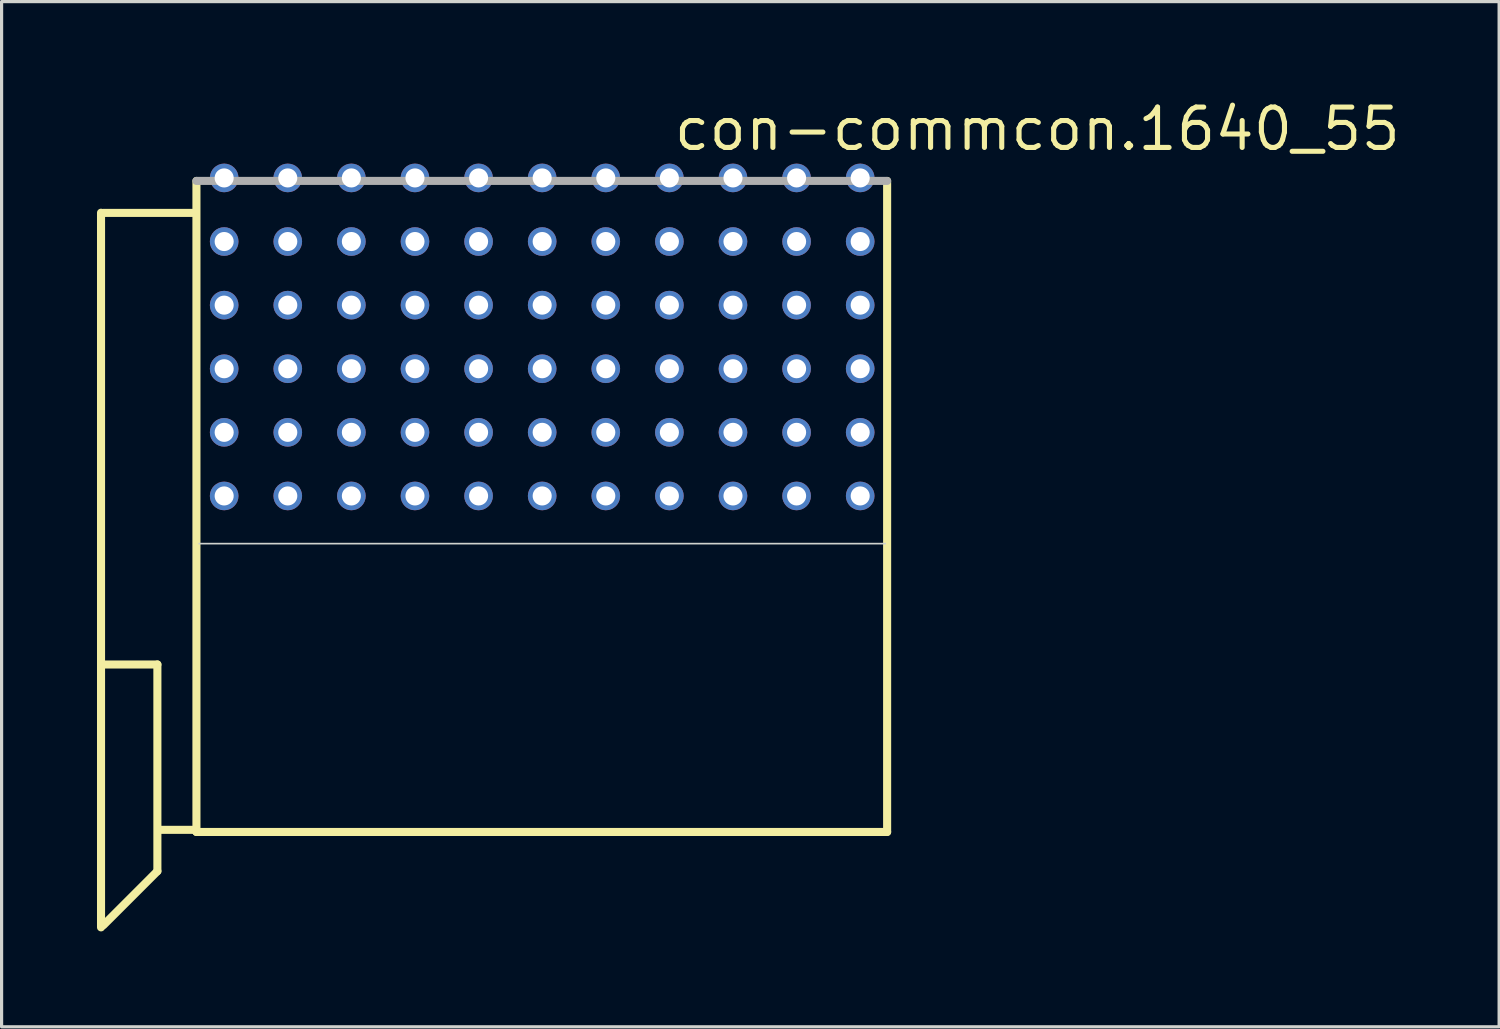
<source format=kicad_pcb>
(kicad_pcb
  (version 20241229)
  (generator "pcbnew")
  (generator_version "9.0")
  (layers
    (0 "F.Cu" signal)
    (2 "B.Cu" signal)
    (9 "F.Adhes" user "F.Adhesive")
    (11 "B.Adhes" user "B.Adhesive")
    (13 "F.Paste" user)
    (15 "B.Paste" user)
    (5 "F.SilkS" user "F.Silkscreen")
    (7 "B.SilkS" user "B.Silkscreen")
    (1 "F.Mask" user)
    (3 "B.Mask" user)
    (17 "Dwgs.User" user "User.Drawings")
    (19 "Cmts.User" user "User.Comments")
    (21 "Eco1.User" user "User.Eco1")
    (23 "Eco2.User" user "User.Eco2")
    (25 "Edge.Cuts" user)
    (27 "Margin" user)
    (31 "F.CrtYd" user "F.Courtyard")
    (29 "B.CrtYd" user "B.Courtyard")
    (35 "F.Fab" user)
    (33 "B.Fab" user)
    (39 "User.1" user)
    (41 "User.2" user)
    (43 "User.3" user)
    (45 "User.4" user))
  (footprint "con-commcon.1640_55"
    (layer "F.Cu")
    (at 13.999 13.815)
    (property "Reference" "con-commcon.1640_55" (at 4.065 -12.065 0) (layer "F.SilkS") (effects (font (size 1.27 1.27) (thickness 0.16)) (justify left bottom)))
    (attr through_hole)
    (fp_line (start -13.872 -10.176) (end -13.872 12.296) (stroke (width 0.254) (type default)) (layer "F.SilkS"))
    (fp_line (start -13.8 -10.17) (end -11 -10.17) (stroke (width 0.254) (type default)) (layer "F.SilkS"))
    (fp_line (start -13.8 12.23) (end -12.1 10.53) (stroke (width 0.254) (type default)) (layer "F.SilkS"))
    (fp_line (start -12.1 4.03) (end -13.8 4.03) (stroke (width 0.254) (type default)) (layer "F.SilkS"))
    (fp_line (start -12.1 10.53) (end -12.1 4.03) (stroke (width 0.254) (type default)) (layer "F.SilkS"))
    (fp_line (start -10.9 9.23) (end -12 9.23) (stroke (width 0.254) (type default)) (layer "F.SilkS"))
    (fp_line (start -10.872 -11.176) (end -10.872 9.296) (stroke (width 0.254) (type default)) (layer "F.SilkS"))
    (fp_line (start -10.872 9.296) (end 10.847 9.296) (stroke (width 0.254) (type default)) (layer "F.SilkS"))
    (fp_line (start 10.847 9.296) (end 10.847 -11.176) (stroke (width 0.254) (type default)) (layer "F.SilkS"))
    (fp_line (start -10.789 0.23) (end 10.789 0.23) (stroke (width 0.051) (type default)) (layer "Edge.Cuts"))
    (fp_line (start 10.847 -11.176) (end -10.872 -11.176) (stroke (width 0.254) (type default)) (layer "F.Fab"))
    (pad "A1" thru_hole circle (at 10 -1.27) (size 0.9 0.9) (drill 0.6) (layers "*.Cu" "*.Mask"))
    (pad "A2" thru_hole circle (at 8 -1.27) (size 0.9 0.9) (drill 0.6) (layers "*.Cu" "*.Mask"))
    (pad "A3" thru_hole circle (at 6 -1.27) (size 0.9 0.9) (drill 0.6) (layers "*.Cu" "*.Mask"))
    (pad "A4" thru_hole circle (at 4 -1.27) (size 0.9 0.9) (drill 0.6) (layers "*.Cu" "*.Mask"))
    (pad "A5" thru_hole circle (at 2 -1.27) (size 0.9 0.9) (drill 0.6) (layers "*.Cu" "*.Mask"))
    (pad "A6" thru_hole circle (at 0 -1.27) (size 0.9 0.9) (drill 0.6) (layers "*.Cu" "*.Mask"))
    (pad "A7" thru_hole circle (at -2 -1.27) (size 0.9 0.9) (drill 0.6) (layers "*.Cu" "*.Mask"))
    (pad "A8" thru_hole circle (at -4 -1.27) (size 0.9 0.9) (drill 0.6) (layers "*.Cu" "*.Mask"))
    (pad "A9" thru_hole circle (at -6 -1.27) (size 0.9 0.9) (drill 0.6) (layers "*.Cu" "*.Mask"))
    (pad "A10" thru_hole circle (at -8 -1.27) (size 0.9 0.9) (drill 0.6) (layers "*.Cu" "*.Mask"))
    (pad "A11" thru_hole circle (at -10 -1.27) (size 0.9 0.9) (drill 0.6) (layers "*.Cu" "*.Mask"))
    (pad "B1" thru_hole circle (at 10 -3.27) (size 0.9 0.9) (drill 0.6) (layers "*.Cu" "*.Mask"))
    (pad "B2" thru_hole circle (at 8 -3.27) (size 0.9 0.9) (drill 0.6) (layers "*.Cu" "*.Mask"))
    (pad "B3" thru_hole circle (at 6 -3.27) (size 0.9 0.9) (drill 0.6) (layers "*.Cu" "*.Mask"))
    (pad "B4" thru_hole circle (at 4 -3.27) (size 0.9 0.9) (drill 0.6) (layers "*.Cu" "*.Mask"))
    (pad "B5" thru_hole circle (at 2 -3.27) (size 0.9 0.9) (drill 0.6) (layers "*.Cu" "*.Mask"))
    (pad "B6" thru_hole circle (at 0 -3.27) (size 0.9 0.9) (drill 0.6) (layers "*.Cu" "*.Mask"))
    (pad "B7" thru_hole circle (at -2 -3.27) (size 0.9 0.9) (drill 0.6) (layers "*.Cu" "*.Mask"))
    (pad "B8" thru_hole circle (at -4 -3.27) (size 0.9 0.9) (drill 0.6) (layers "*.Cu" "*.Mask"))
    (pad "B9" thru_hole circle (at -6 -3.27) (size 0.9 0.9) (drill 0.6) (layers "*.Cu" "*.Mask"))
    (pad "B10" thru_hole circle (at -8 -3.27) (size 0.9 0.9) (drill 0.6) (layers "*.Cu" "*.Mask"))
    (pad "B11" thru_hole circle (at -10 -3.27) (size 0.9 0.9) (drill 0.6) (layers "*.Cu" "*.Mask"))
    (pad "C1" thru_hole circle (at 10 -5.27) (size 0.9 0.9) (drill 0.6) (layers "*.Cu" "*.Mask"))
    (pad "C2" thru_hole circle (at 8 -5.27) (size 0.9 0.9) (drill 0.6) (layers "*.Cu" "*.Mask"))
    (pad "C3" thru_hole circle (at 6 -5.27) (size 0.9 0.9) (drill 0.6) (layers "*.Cu" "*.Mask"))
    (pad "C4" thru_hole circle (at 4 -5.27) (size 0.9 0.9) (drill 0.6) (layers "*.Cu" "*.Mask"))
    (pad "C5" thru_hole circle (at 2 -5.27) (size 0.9 0.9) (drill 0.6) (layers "*.Cu" "*.Mask"))
    (pad "C6" thru_hole circle (at 0 -5.27) (size 0.9 0.9) (drill 0.6) (layers "*.Cu" "*.Mask"))
    (pad "C7" thru_hole circle (at -2 -5.27) (size 0.9 0.9) (drill 0.6) (layers "*.Cu" "*.Mask"))
    (pad "C8" thru_hole circle (at -4 -5.27) (size 0.9 0.9) (drill 0.6) (layers "*.Cu" "*.Mask"))
    (pad "C9" thru_hole circle (at -6 -5.27) (size 0.9 0.9) (drill 0.6) (layers "*.Cu" "*.Mask"))
    (pad "C10" thru_hole circle (at -8 -5.27) (size 0.9 0.9) (drill 0.6) (layers "*.Cu" "*.Mask"))
    (pad "C11" thru_hole circle (at -10 -5.27) (size 0.9 0.9) (drill 0.6) (layers "*.Cu" "*.Mask"))
    (pad "D1" thru_hole circle (at 10 -7.27) (size 0.9 0.9) (drill 0.6) (layers "*.Cu" "*.Mask"))
    (pad "D2" thru_hole circle (at 8 -7.27) (size 0.9 0.9) (drill 0.6) (layers "*.Cu" "*.Mask"))
    (pad "D3" thru_hole circle (at 6 -7.27) (size 0.9 0.9) (drill 0.6) (layers "*.Cu" "*.Mask"))
    (pad "D4" thru_hole circle (at 4 -7.27) (size 0.9 0.9) (drill 0.6) (layers "*.Cu" "*.Mask"))
    (pad "D5" thru_hole circle (at 2 -7.27) (size 0.9 0.9) (drill 0.6) (layers "*.Cu" "*.Mask"))
    (pad "D6" thru_hole circle (at 0 -7.27) (size 0.9 0.9) (drill 0.6) (layers "*.Cu" "*.Mask"))
    (pad "D7" thru_hole circle (at -2 -7.27) (size 0.9 0.9) (drill 0.6) (layers "*.Cu" "*.Mask"))
    (pad "D8" thru_hole circle (at -4 -7.27) (size 0.9 0.9) (drill 0.6) (layers "*.Cu" "*.Mask"))
    (pad "D9" thru_hole circle (at -6 -7.27) (size 0.9 0.9) (drill 0.6) (layers "*.Cu" "*.Mask"))
    (pad "D10" thru_hole circle (at -8 -7.27) (size 0.9 0.9) (drill 0.6) (layers "*.Cu" "*.Mask"))
    (pad "D11" thru_hole circle (at -10 -7.27) (size 0.9 0.9) (drill 0.6) (layers "*.Cu" "*.Mask"))
    (pad "E1" thru_hole circle (at 10 -9.27) (size 0.9 0.9) (drill 0.6) (layers "*.Cu" "*.Mask"))
    (pad "E2" thru_hole circle (at 8 -9.27) (size 0.9 0.9) (drill 0.6) (layers "*.Cu" "*.Mask"))
    (pad "E3" thru_hole circle (at 6 -9.27) (size 0.9 0.9) (drill 0.6) (layers "*.Cu" "*.Mask"))
    (pad "E4" thru_hole circle (at 4 -9.27) (size 0.9 0.9) (drill 0.6) (layers "*.Cu" "*.Mask"))
    (pad "E5" thru_hole circle (at 2 -9.27) (size 0.9 0.9) (drill 0.6) (layers "*.Cu" "*.Mask"))
    (pad "E6" thru_hole circle (at 0 -9.27) (size 0.9 0.9) (drill 0.6) (layers "*.Cu" "*.Mask"))
    (pad "E7" thru_hole circle (at -2 -9.27) (size 0.9 0.9) (drill 0.6) (layers "*.Cu" "*.Mask"))
    (pad "E8" thru_hole circle (at -4 -9.27) (size 0.9 0.9) (drill 0.6) (layers "*.Cu" "*.Mask"))
    (pad "E9" thru_hole circle (at -6 -9.27) (size 0.9 0.9) (drill 0.6) (layers "*.Cu" "*.Mask"))
    (pad "E10" thru_hole circle (at -8 -9.27) (size 0.9 0.9) (drill 0.6) (layers "*.Cu" "*.Mask"))
    (pad "E11" thru_hole circle (at -10 -9.27) (size 0.9 0.9) (drill 0.6) (layers "*.Cu" "*.Mask"))
    (pad "F1" thru_hole circle (at 10 -11.27) (size 0.9 0.9) (drill 0.6) (layers "*.Cu" "*.Mask"))
    (pad "F2" thru_hole circle (at 8 -11.27) (size 0.9 0.9) (drill 0.6) (layers "*.Cu" "*.Mask"))
    (pad "F3" thru_hole circle (at 6 -11.27) (size 0.9 0.9) (drill 0.6) (layers "*.Cu" "*.Mask"))
    (pad "F4" thru_hole circle (at 4 -11.27) (size 0.9 0.9) (drill 0.6) (layers "*.Cu" "*.Mask"))
    (pad "F5" thru_hole circle (at 2 -11.27) (size 0.9 0.9) (drill 0.6) (layers "*.Cu" "*.Mask"))
    (pad "F6" thru_hole circle (at 0 -11.27) (size 0.9 0.9) (drill 0.6) (layers "*.Cu" "*.Mask"))
    (pad "F7" thru_hole circle (at -2 -11.27) (size 0.9 0.9) (drill 0.6) (layers "*.Cu" "*.Mask"))
    (pad "F8" thru_hole circle (at -4 -11.27) (size 0.9 0.9) (drill 0.6) (layers "*.Cu" "*.Mask"))
    (pad "F9" thru_hole circle (at -6 -11.27) (size 0.9 0.9) (drill 0.6) (layers "*.Cu" "*.Mask"))
    (pad "F10" thru_hole circle (at -8 -11.27) (size 0.9 0.9) (drill 0.6) (layers "*.Cu" "*.Mask"))
    (pad "F11" thru_hole circle (at -10 -11.27) (size 0.9 0.9) (drill 0.6) (layers "*.Cu" "*.Mask")))
  (gr_rect
    (start -3 -3)
    (end 44.09 29.238)
    (stroke (width 0.1) (type default))
    (fill no)
    (layer "Edge.Cuts")))
</source>
